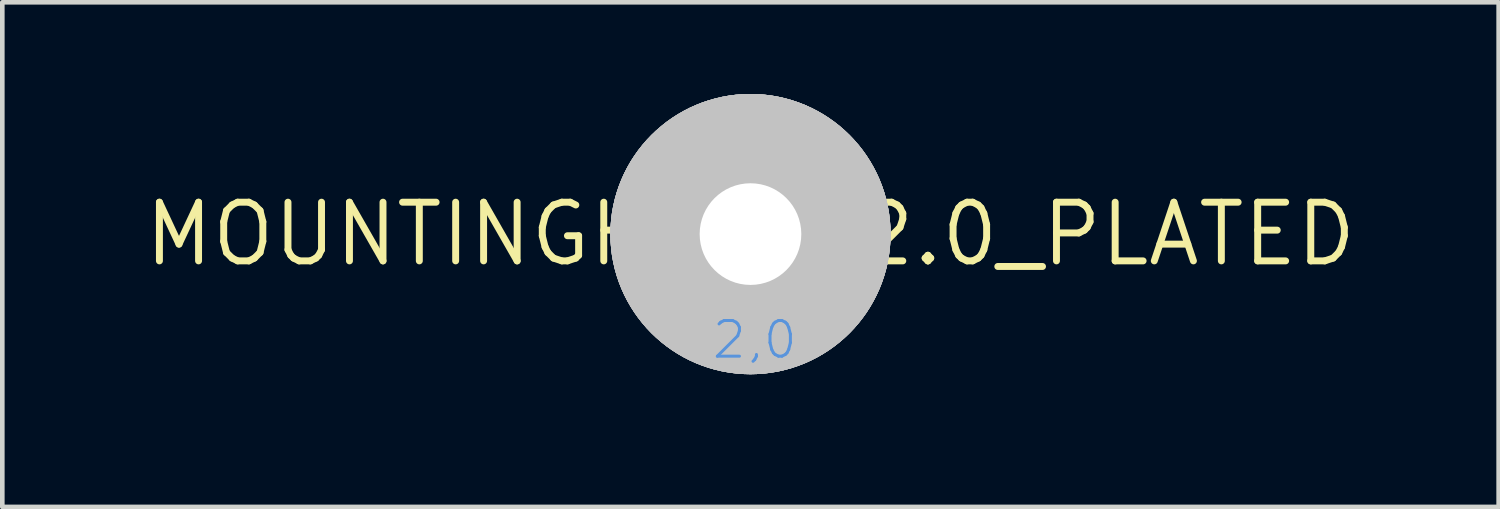
<source format=kicad_pcb>
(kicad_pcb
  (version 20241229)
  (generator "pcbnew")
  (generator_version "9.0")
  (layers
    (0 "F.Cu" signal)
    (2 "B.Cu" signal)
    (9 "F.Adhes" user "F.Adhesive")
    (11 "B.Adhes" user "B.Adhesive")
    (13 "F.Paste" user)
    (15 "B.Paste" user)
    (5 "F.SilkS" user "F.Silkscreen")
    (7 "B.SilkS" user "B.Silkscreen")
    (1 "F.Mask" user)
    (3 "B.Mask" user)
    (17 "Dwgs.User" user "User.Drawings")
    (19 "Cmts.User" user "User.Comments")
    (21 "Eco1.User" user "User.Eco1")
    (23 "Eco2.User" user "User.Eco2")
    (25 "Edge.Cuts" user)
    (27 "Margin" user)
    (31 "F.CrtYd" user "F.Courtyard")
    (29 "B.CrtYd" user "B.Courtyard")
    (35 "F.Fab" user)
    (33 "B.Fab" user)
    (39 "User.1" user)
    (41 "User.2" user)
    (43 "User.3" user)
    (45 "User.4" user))
  (footprint "MOUNTINGHOLE_2.0_PLATED"
    (layer "F.Cu")
    (at 13.191 2.016)
    (property "Reference" "MOUNTINGHOLE_2.0_PLATED" (at 0 0 0) (layer "F.SilkS") (effects (font (size 1.27 1.27) (thickness 0.15))))
    (attr through_hole)
    (fp_circle (center 0 0) (end 1.8 0) (stroke (width 0.203) (type solid)) (fill no) (layer "F.SilkS"))
    (fp_circle (center 0 0) (end 1 0) (stroke (width 2.032) (type solid)) (fill no) (layer "Dwgs.User"))
    (fp_circle (center 0 0) (end 1 0) (stroke (width 2.032) (type solid)) (fill no) (layer "Dwgs.User"))
    (fp_circle (center 0 0) (end 1 0) (stroke (width 2.032) (type solid)) (fill no) (layer "Dwgs.User"))
    (fp_circle (center 0 0) (end 1 0) (stroke (width 2.032) (type solid)) (fill no) (layer "Dwgs.User"))
    (fp_circle (center 0 0) (end 1 0) (stroke (width 2.032) (type solid)) (fill no) (layer "Dwgs.User"))
    (fp_text user "2,0" (at -0.87 2.74 0) (layer "Cmts.User") (effects (font (size 0.772 0.772) (thickness 0.065)) (justify left bottom)))
    (pad "P$1" thru_hole circle (at 0 0) (size 3 3) (drill 2.2) (layers "*.Cu" "*.Mask")))
  (gr_rect
    (start -3 -3)
    (end 29.382 7.92)
    (stroke (width 0.1) (type default))
    (fill no)
    (layer "Edge.Cuts")))
</source>
